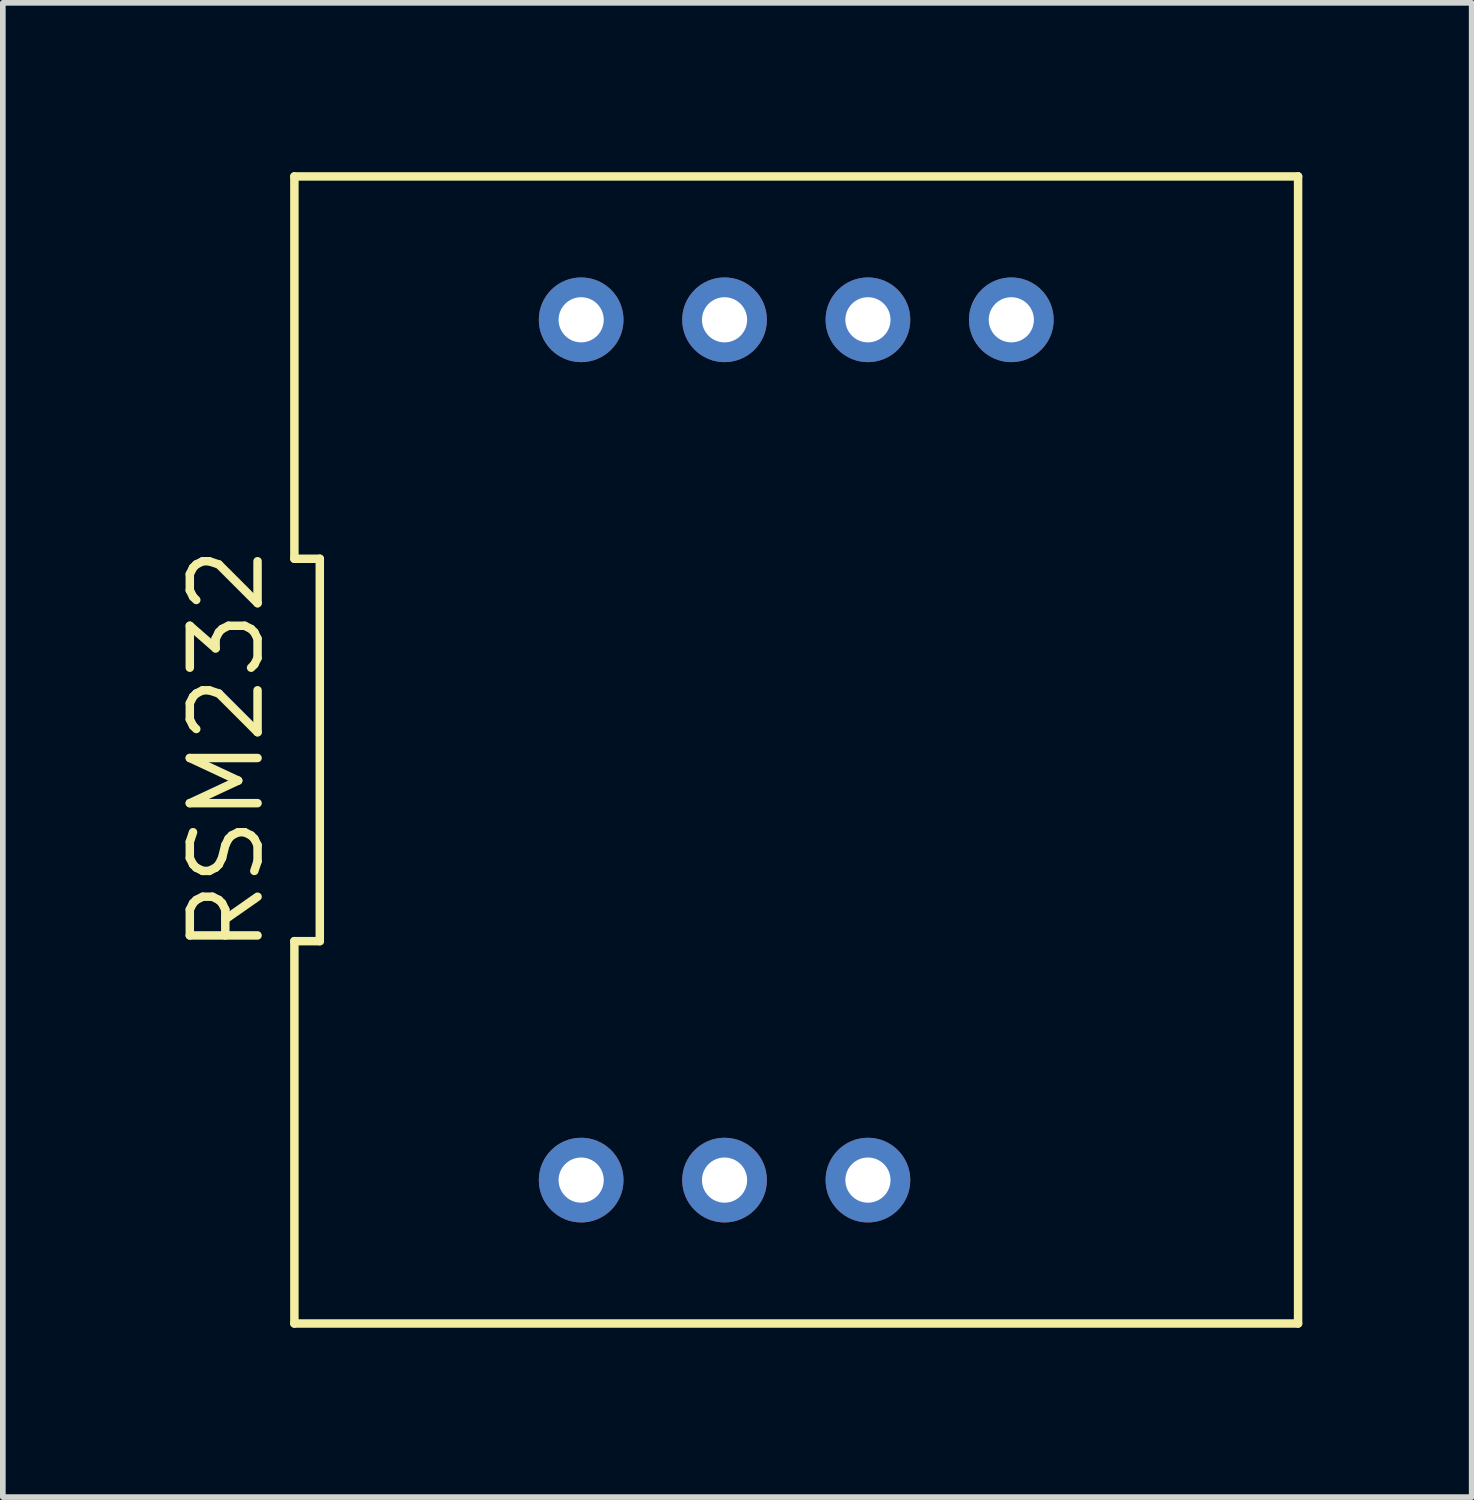
<source format=kicad_pcb>
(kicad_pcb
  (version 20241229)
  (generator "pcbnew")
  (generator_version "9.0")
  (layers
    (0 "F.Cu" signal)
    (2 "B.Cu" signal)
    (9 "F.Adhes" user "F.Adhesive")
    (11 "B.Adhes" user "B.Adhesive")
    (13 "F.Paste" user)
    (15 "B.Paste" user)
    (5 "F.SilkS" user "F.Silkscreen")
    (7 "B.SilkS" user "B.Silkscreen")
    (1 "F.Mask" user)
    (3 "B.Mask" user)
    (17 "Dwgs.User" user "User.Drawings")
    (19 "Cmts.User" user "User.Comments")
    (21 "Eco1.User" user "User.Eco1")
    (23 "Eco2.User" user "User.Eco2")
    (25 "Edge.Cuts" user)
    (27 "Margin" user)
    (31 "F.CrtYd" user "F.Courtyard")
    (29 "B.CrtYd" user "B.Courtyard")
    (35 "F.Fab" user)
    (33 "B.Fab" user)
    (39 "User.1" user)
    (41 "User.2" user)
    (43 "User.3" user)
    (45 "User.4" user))
  (footprint "RSM232"
    (layer "F.Cu")
    (at 11.055 10.235)
    (property "Reference" "RSM232" (at -10.09 0 90) (layer "F.SilkS") (effects (font (size 1.2 1.2) (thickness 0.15))))
    (attr through_hole)
    (fp_line (start -8.89 -10.16) (end -8.89 -3.387) (stroke (width 0.15) (type solid)) (layer "F.SilkS"))
    (fp_line (start -8.89 -3.387) (end -8.44 -3.387) (stroke (width 0.15) (type solid)) (layer "F.SilkS"))
    (fp_line (start -8.89 3.387) (end -8.89 10.16) (stroke (width 0.15) (type solid)) (layer "F.SilkS"))
    (fp_line (start -8.89 10.16) (end 8.89 10.16) (stroke (width 0.15) (type solid)) (layer "F.SilkS"))
    (fp_line (start -8.44 -3.387) (end -8.44 3.387) (stroke (width 0.15) (type solid)) (layer "F.SilkS"))
    (fp_line (start -8.44 3.387) (end -8.89 3.387) (stroke (width 0.15) (type solid)) (layer "F.SilkS"))
    (fp_line (start 8.89 -10.16) (end -8.89 -10.16) (stroke (width 0.15) (type solid)) (layer "F.SilkS"))
    (fp_line (start 8.89 10.16) (end 8.89 -10.16) (stroke (width 0.15) (type solid)) (layer "F.SilkS"))
    (pad "1" thru_hole circle (at -3.81 -7.62) (size 1.5 1.5) (drill 0.8) (layers "*.Cu" "*.Mask"))
    (pad "2" thru_hole circle (at -1.27 -7.62) (size 1.5 1.5) (drill 0.8) (layers "*.Cu" "*.Mask"))
    (pad "3" thru_hole circle (at 1.27 -7.62) (size 1.5 1.5) (drill 0.8) (layers "*.Cu" "*.Mask"))
    (pad "4" thru_hole circle (at 3.81 -7.62) (size 1.5 1.5) (drill 0.8) (layers "*.Cu" "*.Mask"))
    (pad "6" thru_hole circle (at 1.27 7.62) (size 1.5 1.5) (drill 0.8) (layers "*.Cu" "*.Mask"))
    (pad "7" thru_hole circle (at -1.27 7.62) (size 1.5 1.5) (drill 0.8) (layers "*.Cu" "*.Mask"))
    (pad "8" thru_hole circle (at -3.81 7.62) (size 1.5 1.5) (drill 0.8) (layers "*.Cu" "*.Mask")))
  (gr_rect
    (start -3 -3)
    (end 23.02 23.47)
    (stroke (width 0.1) (type default))
    (fill no)
    (layer "Edge.Cuts")))
</source>
